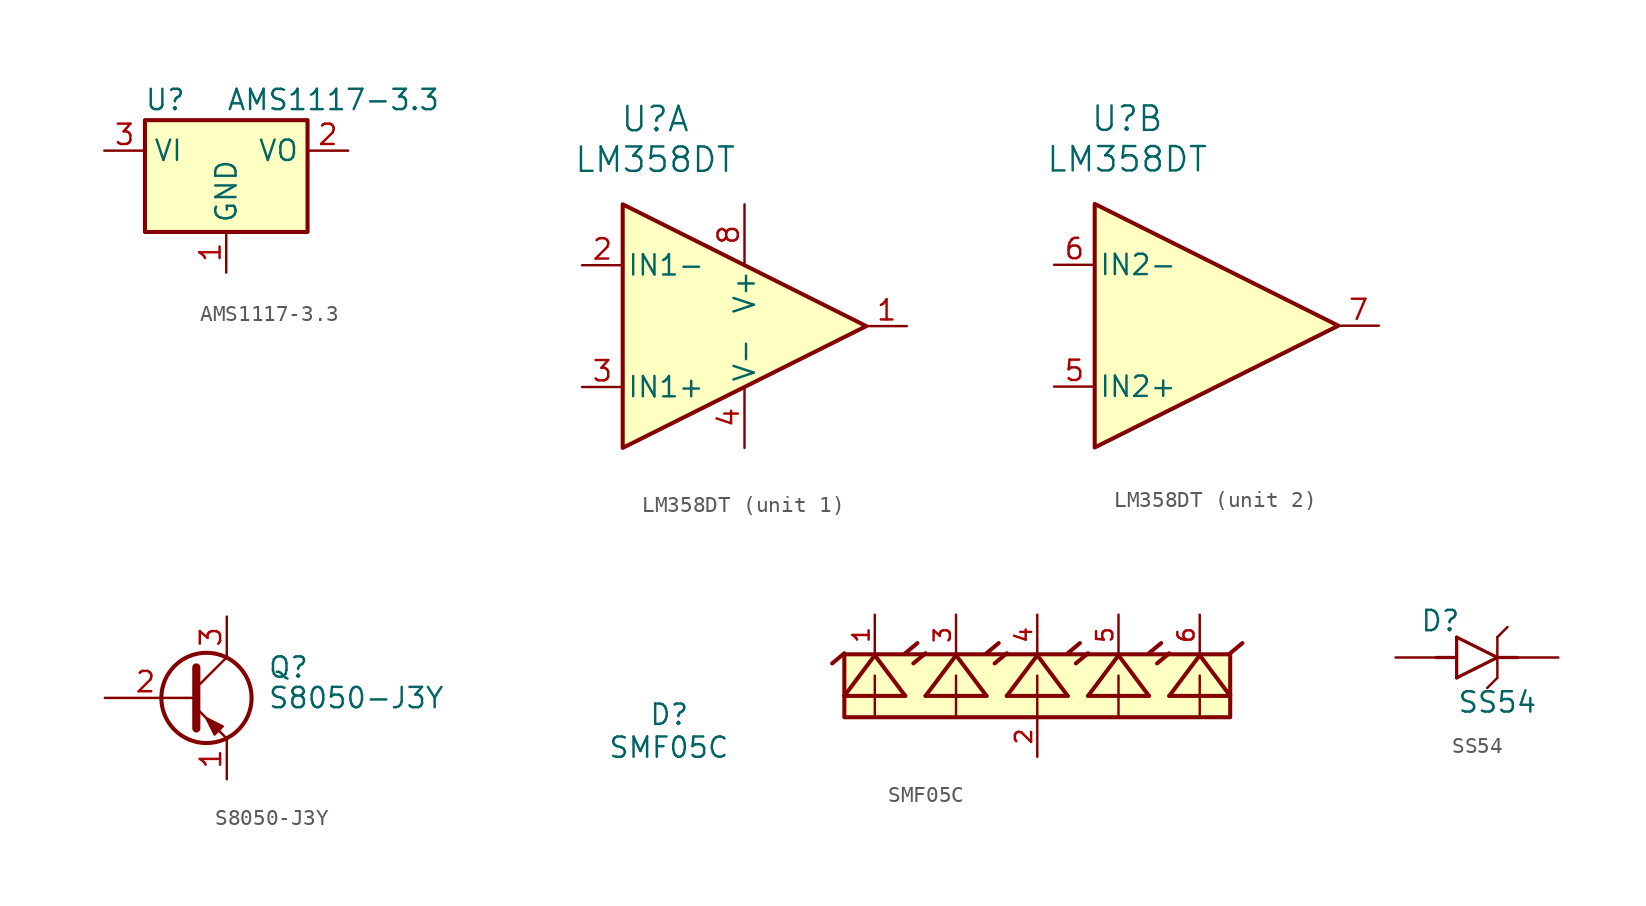
<source format=kicad_sym>
(kicad_symbol_lib
  (version 20231120)
  (generator "kicad_symbol_editor")
  (generator_version "8.0")
  (symbol "AMS1117-3.3"
    (property "Reference" "U"
      (at 1.27 8.255 0)
      (effects (font (size 1.27 1.27))))
    (property "Value" "AMS1117-3.3"
      (at 5.08 8.255 0)
      (effects (font (size 1.27 1.27)) (justify left)))
    (symbol "AMS1117-3.3_0_1"
      (rectangle (start 0 0) (end 10.16 6.985) (stroke (width 0.254) (type default)) (fill (type background))))
    (symbol "AMS1117-3.3_1_1"
      (pin power_in line (at 5.08 -2.54 90) (length 2.54) (name "GND" (effects (font (size 1.27 1.27)))) (number "1" (effects (font (size 1.27 1.27)))))
      (pin power_out line (at 12.7 5.08 180) (length 2.54) (name "VO" (effects (font (size 1.27 1.27)))) (number "2" (effects (font (size 1.27 1.27)))))
      (pin power_in line (at -2.54 5.08 0) (length 2.54) (name "VI" (effects (font (size 1.27 1.27)))) (number "3" (effects (font (size 1.27 1.27)))))))
  (symbol "LM358DT"
    (pin_names
      (offset 0.254))
    (property "Reference" "U"
      (at 2.032 20.574 0)
      (effects (font (size 1.524 1.524))))
    (property "Value" "LM358DT"
      (at 2.032 18.034 0)
      (effects (font (size 1.524 1.524))))
    (property "ki_locked" ""
      (at 0 0 0)
      (effects (font (size 1.27 1.27))))
    (symbol "LM358DT_1_0"
      (pin input line (at -2.54 11.43 0) (length 2.54) (name "IN1-" (effects (font (size 1.27 1.27)))) (number "2" (effects (font (size 1.27 1.27)))))
      (pin input line (at -2.54 3.81 0) (length 2.54) (name "IN1+" (effects (font (size 1.27 1.27)))) (number "3" (effects (font (size 1.27 1.27))))))
    (symbol "LM358DT_1_1"
      (polyline (pts (xy 0 15.24) (xy 15.24 7.62) (xy 0 0) (xy 0 15.24)) (stroke (width 0.254) (type default)) (fill (type background)))
      (pin output line (at 17.78 7.62 180) (length 2.54) (name "~" (effects (font (size 1.27 1.27)))) (number "1" (effects (font (size 1.27 1.27)))))
      (pin power_in line (at 7.62 0 90) (length 3.81) (name "V-" (effects (font (size 1.27 1.27)))) (number "4" (effects (font (size 1.27 1.27)))))
      (pin power_in line (at 7.62 15.24 270) (length 3.81) (name "V+" (effects (font (size 1.27 1.27)))) (number "8" (effects (font (size 1.27 1.27))))))
    (symbol "LM358DT_2_1"
      (polyline (pts (xy 0 15.24) (xy 15.24 7.62) (xy 0 0) (xy 0 15.24)) (stroke (width 0.254) (type default)) (fill (type background)))
      (pin input line (at -2.54 3.81 0) (length 2.54) (name "IN2+" (effects (font (size 1.27 1.27)))) (number "5" (effects (font (size 1.27 1.27)))))
      (pin input line (at -2.54 11.43 0) (length 2.54) (name "IN2-" (effects (font (size 1.27 1.27)))) (number "6" (effects (font (size 1.27 1.27)))))
      (pin output line (at 17.78 7.62 180) (length 2.54) (name "~" (effects (font (size 1.27 1.27)))) (number "7" (effects (font (size 1.27 1.27)))))))
  (symbol "S8050-J3Y"
    (pin_names
      (offset 0) hide)
    (property "Reference" "Q"
      (at 5.08 1.905 0)
      (effects (font (size 1.27 1.27)) (justify left)))
    (property "Value" "S8050-J3Y"
      (at 5.08 0 0)
      (effects (font (size 1.27 1.27)) (justify left)))
    (symbol "S8050-J3Y_0_1"
      (polyline (pts (xy 0 0) (xy 0.635 0)) (stroke (width 0) (type default)) (fill (type none)))
      (polyline (pts (xy 2.54 -2.54) (xy 0.635 -0.635)) (stroke (width 0) (type default)) (fill (type none)))
      (polyline (pts (xy 2.54 2.54) (xy 0.635 0.635)) (stroke (width 0) (type default)) (fill (type none)))
      (polyline (pts (xy 0.635 1.905) (xy 0.635 -1.905) (xy 0.635 -1.905)) (stroke (width 0.508) (type default)) (fill (type outline)))
      (polyline (pts (xy 1.778 -2.286) (xy 2.286 -1.778) (xy 1.27 -1.27) (xy 1.778 -2.286) (xy 1.778 -2.286)) (stroke (width 0) (type default)) (fill (type outline)))
      (circle (center 1.27 0) (radius 2.819) (stroke (width 0.254) (type default)) (fill (type none))))
    (symbol "S8050-J3Y_1_1"
      (pin passive line (at 2.54 -5.08 90) (length 2.54) (name "E" (effects (font (size 1.27 1.27)))) (number "1" (effects (font (size 1.27 1.27)))))
      (pin input line (at -5.08 0 0) (length 5.08) (name "B" (effects (font (size 1.27 1.27)))) (number "2" (effects (font (size 1.27 1.27)))))
      (pin passive line (at 2.54 5.08 270) (length 2.54) (name "C" (effects (font (size 1.27 1.27)))) (number "3" (effects (font (size 1.27 1.27)))))))
  (symbol "SMF05C"
    (pin_names
      (offset 1.016))
    (property "Reference" "D"
      (at -23.018 0.102 0)
      (effects (font (size 1.27 1.27))))
    (property "Value" "SMF05C"
      (at -23.04 -1.958 0)
      (effects (font (size 1.27 1.27))))
    (symbol "SMF05C_0_0"
      (rectangle (start -12.065 3.873) (end 12.065 -0.064) (stroke (width 0.254) (type default)) (fill (type background)))
      (polyline (pts (xy -12.065 1.27) (xy -8.255 1.27)) (stroke (width 0.254) (type default)) (fill (type none)))
      (polyline (pts (xy -12.065 3.937) (xy -12.827 3.302)) (stroke (width 0.254) (type default)) (fill (type none)))
      (polyline (pts (xy -10.16 2.54) (xy -10.16 0)) (stroke (width 0.152) (type default)) (fill (type none)))
      (polyline (pts (xy -10.16 3.81) (xy -12.065 1.27)) (stroke (width 0.254) (type default)) (fill (type none)))
      (polyline (pts (xy -8.255 1.27) (xy -10.16 3.81)) (stroke (width 0.254) (type default)) (fill (type none)))
      (polyline (pts (xy -8.255 3.937) (xy -7.493 4.572)) (stroke (width 0.254) (type default)) (fill (type none)))
      (polyline (pts (xy -6.985 1.27) (xy -3.175 1.27)) (stroke (width 0.254) (type default)) (fill (type none)))
      (polyline (pts (xy -6.985 3.937) (xy -7.747 3.302)) (stroke (width 0.254) (type default)) (fill (type none)))
      (polyline (pts (xy -5.08 2.54) (xy -5.08 0)) (stroke (width 0.152) (type default)) (fill (type none)))
      (polyline (pts (xy -5.08 3.81) (xy -6.985 1.27)) (stroke (width 0.254) (type default)) (fill (type none)))
      (polyline (pts (xy -3.175 1.27) (xy -5.08 3.81)) (stroke (width 0.254) (type default)) (fill (type none)))
      (polyline (pts (xy -3.175 3.937) (xy -2.413 4.572)) (stroke (width 0.254) (type default)) (fill (type none)))
      (polyline (pts (xy -1.905 1.27) (xy 1.905 1.27)) (stroke (width 0.254) (type default)) (fill (type none)))
      (polyline (pts (xy -1.905 3.937) (xy -2.667 3.302)) (stroke (width 0.254) (type default)) (fill (type none)))
      (polyline (pts (xy 0 2.54) (xy 0 0)) (stroke (width 0.152) (type default)) (fill (type none)))
      (polyline (pts (xy 0 3.81) (xy -1.905 1.27)) (stroke (width 0.254) (type default)) (fill (type none)))
      (polyline (pts (xy 1.905 1.27) (xy 0 3.81)) (stroke (width 0.254) (type default)) (fill (type none)))
      (polyline (pts (xy 1.905 3.937) (xy 2.667 4.572)) (stroke (width 0.254) (type default)) (fill (type none)))
      (polyline (pts (xy 3.175 1.27) (xy 6.985 1.27)) (stroke (width 0.254) (type default)) (fill (type none)))
      (polyline (pts (xy 3.175 3.937) (xy 2.413 3.302)) (stroke (width 0.254) (type default)) (fill (type none)))
      (polyline (pts (xy 5.08 2.54) (xy 5.08 0)) (stroke (width 0.152) (type default)) (fill (type none)))
      (polyline (pts (xy 5.08 3.81) (xy 3.175 1.27)) (stroke (width 0.254) (type default)) (fill (type none)))
      (polyline (pts (xy 6.985 1.27) (xy 5.08 3.81)) (stroke (width 0.254) (type default)) (fill (type none)))
      (polyline (pts (xy 6.985 3.937) (xy 7.747 4.572)) (stroke (width 0.254) (type default)) (fill (type none)))
      (polyline (pts (xy 8.255 1.27) (xy 12.065 1.27)) (stroke (width 0.254) (type default)) (fill (type none)))
      (polyline (pts (xy 8.255 3.937) (xy 7.493 3.302)) (stroke (width 0.254) (type default)) (fill (type none)))
      (polyline (pts (xy 10.16 2.54) (xy 10.16 0)) (stroke (width 0.152) (type default)) (fill (type none)))
      (polyline (pts (xy 10.16 3.81) (xy 8.255 1.27)) (stroke (width 0.254) (type default)) (fill (type none)))
      (polyline (pts (xy 12.065 1.27) (xy 10.16 3.81)) (stroke (width 0.254) (type default)) (fill (type none)))
      (polyline (pts (xy 12.065 3.937) (xy 12.827 4.572)) (stroke (width 0.254) (type default)) (fill (type none)))
      (pin passive line (at -10.16 6.35 270) (length 2.54) (name "~" (effects (font (size 1.016 1.016)))) (number "1" (effects (font (size 1.016 1.016)))))
      (pin passive line (at 0 -2.54 90) (length 2.54) (name "~" (effects (font (size 1.016 1.016)))) (number "2" (effects (font (size 1.016 1.016)))))
      (pin passive line (at -5.08 6.35 270) (length 2.54) (name "~" (effects (font (size 1.016 1.016)))) (number "3" (effects (font (size 1.016 1.016)))))
      (pin passive line (at 0 6.35 270) (length 2.54) (name "~" (effects (font (size 1.016 1.016)))) (number "4" (effects (font (size 1.016 1.016)))))
      (pin passive line (at 5.08 6.35 270) (length 2.54) (name "~" (effects (font (size 1.016 1.016)))) (number "5" (effects (font (size 1.016 1.016)))))
      (pin passive line (at 10.16 6.35 270) (length 2.54) (name "~" (effects (font (size 1.016 1.016)))) (number "6" (effects (font (size 1.016 1.016)))))))
  (symbol "SS54"
    (pin_numbers hide)
    (pin_names hide)
    (property "Reference" "D"
      (at -1.016 2.286 0)
      (effects (font (size 1.27 1.27))))
    (property "Value" "SS54"
      (at 2.54 -2.794 0)
      (effects (font (size 1.27 1.27))))
    (symbol "SS54_0_1"
      (polyline (pts (xy -1.27 0) (xy -0.127 0)) (stroke (width 0.203) (type default)) (fill (type none)))
      (polyline (pts (xy 0 -1.27) (xy 2.54 0)) (stroke (width 0.203) (type default)) (fill (type none)))
      (polyline (pts (xy 0 1.27) (xy 0 -1.27)) (stroke (width 0.203) (type default)) (fill (type none)))
      (polyline (pts (xy 2.54 -1.27) (xy 1.905 -1.905)) (stroke (width 0) (type default)) (fill (type none)))
      (polyline (pts (xy 2.54 0) (xy 0 1.27)) (stroke (width 0.203) (type default)) (fill (type none)))
      (polyline (pts (xy 2.54 0) (xy 3.81 0)) (stroke (width 0.203) (type default)) (fill (type none)))
      (polyline (pts (xy 2.54 1.27) (xy 2.54 -1.27)) (stroke (width 0) (type default)) (fill (type none)))
      (polyline (pts (xy 2.54 1.27) (xy 3.175 1.905)) (stroke (width 0) (type default)) (fill (type none))))
    (symbol "SS54_1_1"
      (pin unspecified line (at -3.81 0 0) (length 2.54) (name "A" (effects (font (size 1.27 1.27)))) (number "1" (effects (font (size 1.27 1.27)))))
      (pin unspecified line (at 6.35 0 180) (length 2.54) (name "K" (effects (font (size 1.27 1.27)))) (number "2" (effects (font (size 1.27 1.27))))))))
</source>
